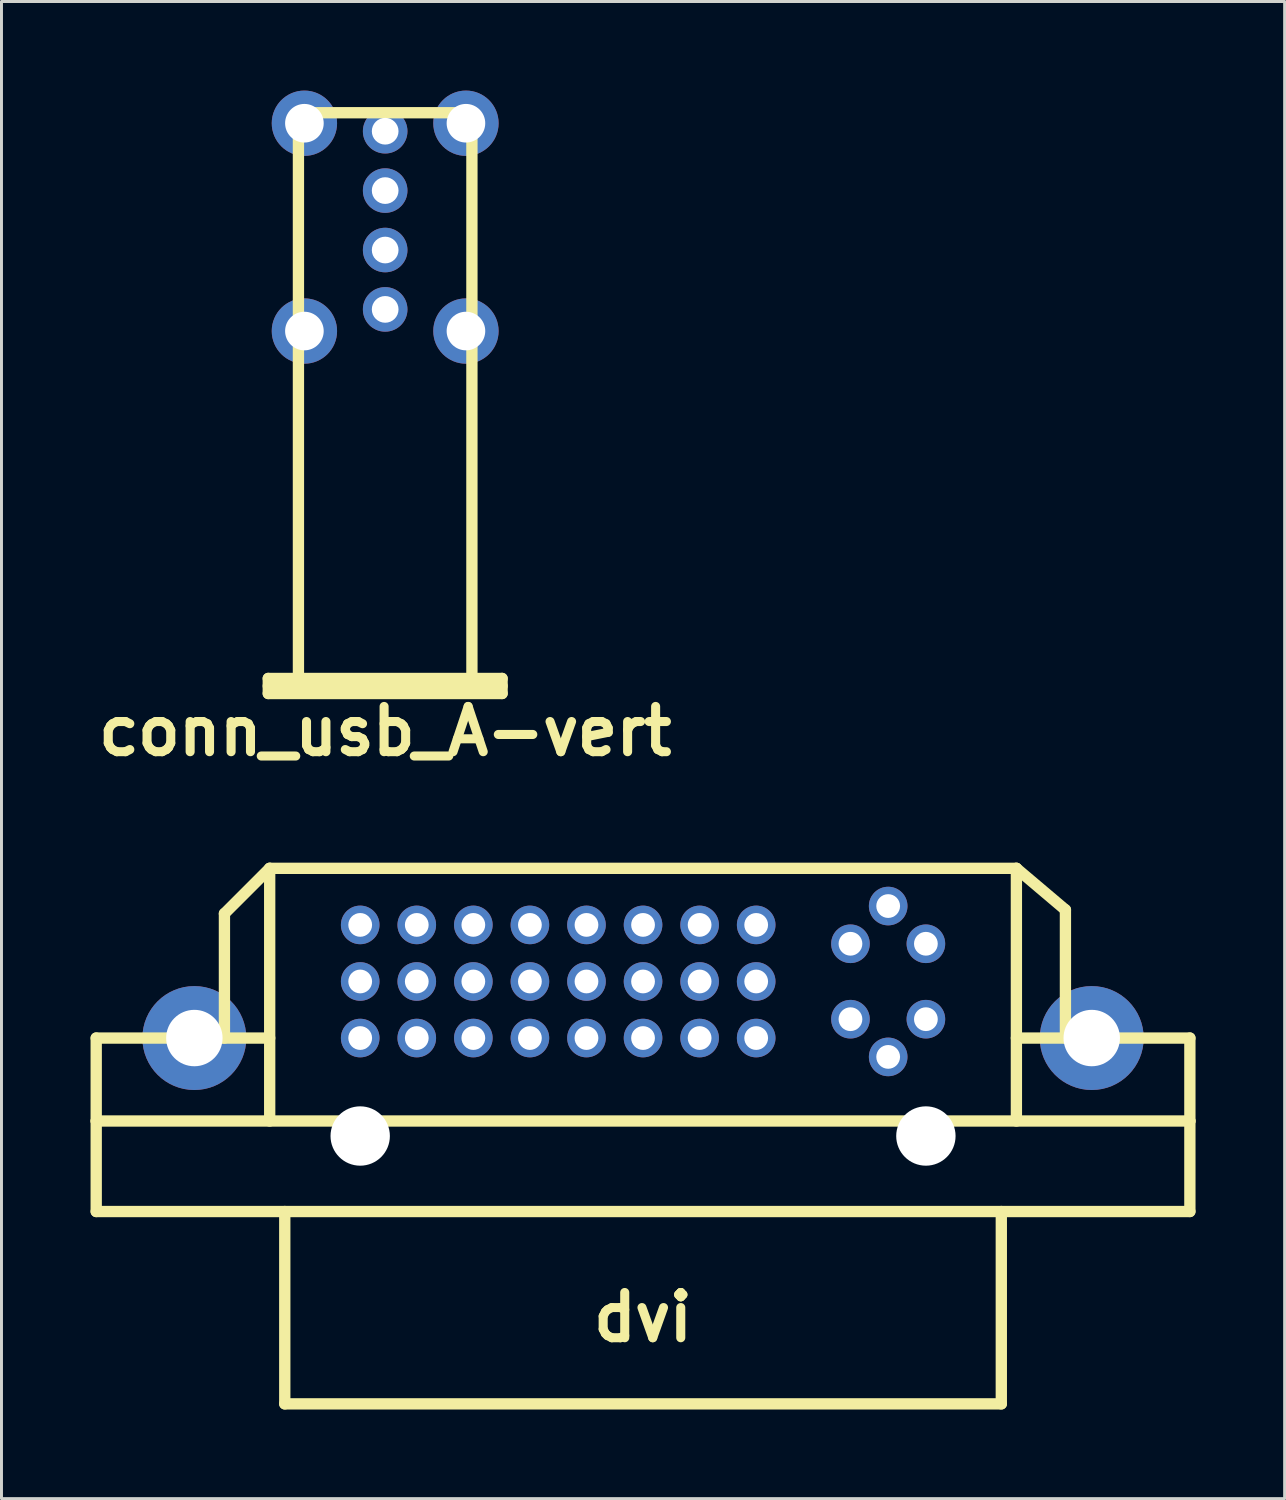
<source format=kicad_pcb>
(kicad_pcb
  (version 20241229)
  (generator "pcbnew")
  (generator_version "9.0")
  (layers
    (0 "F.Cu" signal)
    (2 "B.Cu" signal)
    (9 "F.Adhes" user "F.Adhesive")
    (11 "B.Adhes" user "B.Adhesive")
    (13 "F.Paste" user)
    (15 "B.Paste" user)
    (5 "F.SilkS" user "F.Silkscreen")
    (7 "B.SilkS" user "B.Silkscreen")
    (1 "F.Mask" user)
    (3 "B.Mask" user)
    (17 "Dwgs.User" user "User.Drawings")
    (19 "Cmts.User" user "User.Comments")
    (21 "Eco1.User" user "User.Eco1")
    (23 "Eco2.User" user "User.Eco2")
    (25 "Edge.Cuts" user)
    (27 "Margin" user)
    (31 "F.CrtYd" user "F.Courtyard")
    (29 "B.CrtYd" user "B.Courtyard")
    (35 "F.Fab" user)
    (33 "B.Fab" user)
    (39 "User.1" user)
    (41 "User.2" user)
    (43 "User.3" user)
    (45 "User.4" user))
  (footprint "conn_usb_A-vert"
    (layer "F.Cu")
    (at 9.921 10.399)
    (property "Reference" "conn_usb_A-vert" (at 0 11.176 0) (layer "F.SilkS") (effects (font (size 1.524 1.524) (thickness 0.305))))
    (attr through_hole)
    (fp_line (start -3.937 9.398) (end -3.937 9.906) (stroke (width 0.381) (type solid)) (layer "F.SilkS"))
    (fp_line (start -3.937 9.906) (end 3.937 9.906) (stroke (width 0.381) (type solid)) (layer "F.SilkS"))
    (fp_line (start -2.921 -9.652) (end -2.921 9.652) (stroke (width 0.381) (type solid)) (layer "F.SilkS"))
    (fp_line (start 2.921 -9.652) (end -2.921 -9.652) (stroke (width 0.381) (type solid)) (layer "F.SilkS"))
    (fp_line (start 2.921 9.652) (end 2.921 -9.652) (stroke (width 0.381) (type solid)) (layer "F.SilkS"))
    (fp_line (start 3.937 9.398) (end -3.937 9.398) (stroke (width 0.381) (type solid)) (layer "F.SilkS"))
    (fp_line (start 3.937 9.652) (end -3.937 9.652) (stroke (width 0.381) (type solid)) (layer "F.SilkS"))
    (fp_line (start 3.937 9.906) (end 3.937 9.398) (stroke (width 0.381) (type solid)) (layer "F.SilkS"))
    (pad "" thru_hole circle (at -2.72 -9.299) (size 2.2 2.2) (drill 1.3) (layers "*.Cu" "*.Mask"))
    (pad "" thru_hole circle (at -2.72 -2.301) (size 2.2 2.2) (drill 1.3) (layers "*.Cu" "*.Mask"))
    (pad "" thru_hole circle (at 2.72 -9.299) (size 2.2 2.2) (drill 1.3) (layers "*.Cu" "*.Mask"))
    (pad "" thru_hole circle (at 2.72 -2.301) (size 2.2 2.2) (drill 1.3) (layers "*.Cu" "*.Mask"))
    (pad "1" thru_hole circle (at 0 -3.03) (size 1.501 1.501) (drill 0.899) (layers "*.Cu" "*.Mask"))
    (pad "2" thru_hole circle (at 0 -5.029) (size 1.501 1.501) (drill 0.899) (layers "*.Cu" "*.Mask"))
    (pad "3" thru_hole circle (at 0 -7.031) (size 1.501 1.501) (drill 0.899) (layers "*.Cu" "*.Mask"))
    (pad "4" thru_hole circle (at 0 -9.03) (size 1.501 1.501) (drill 0.899) (layers "*.Cu" "*.Mask")))
  (footprint "dvi"
    (layer "F.Cu")
    (at 18.605 35.209)
    (property "Reference" "dvi" (at 0 6.101 0) (layer "F.SilkS") (effects (font (size 1.524 1.524) (thickness 0.305))))
    (attr through_hole)
    (fp_line (start -18.415 -3.302) (end -12.573 -3.302) (stroke (width 0.381) (type solid)) (layer "F.SilkS"))
    (fp_line (start -18.415 -0.508) (end -18.415 -3.302) (stroke (width 0.381) (type solid)) (layer "F.SilkS"))
    (fp_line (start -18.415 -0.508) (end -18.415 2.54) (stroke (width 0.381) (type solid)) (layer "F.SilkS"))
    (fp_line (start -18.415 -0.508) (end 18.415 -0.508) (stroke (width 0.381) (type solid)) (layer "F.SilkS"))
    (fp_line (start -18.415 2.54) (end 18.415 2.54) (stroke (width 0.381) (type solid)) (layer "F.SilkS"))
    (fp_line (start -14.097 -7.493) (end -14.097 -3.302) (stroke (width 0.381) (type solid)) (layer "F.SilkS"))
    (fp_line (start -12.573 -9.017) (end -14.097 -7.493) (stroke (width 0.381) (type solid)) (layer "F.SilkS"))
    (fp_line (start -12.573 -9.017) (end -12.573 -0.508) (stroke (width 0.381) (type solid)) (layer "F.SilkS"))
    (fp_line (start -12.573 -9.017) (end 12.573 -9.017) (stroke (width 0.381) (type solid)) (layer "F.SilkS"))
    (fp_line (start -12.065 9.017) (end -12.065 2.54) (stroke (width 0.381) (type solid)) (layer "F.SilkS"))
    (fp_line (start -12.065 9.017) (end 12.065 9.017) (stroke (width 0.381) (type solid)) (layer "F.SilkS"))
    (fp_line (start 12.065 9.017) (end 12.065 2.54) (stroke (width 0.381) (type solid)) (layer "F.SilkS"))
    (fp_line (start 12.573 -9.017) (end 12.573 -0.508) (stroke (width 0.381) (type solid)) (layer "F.SilkS"))
    (fp_line (start 12.573 -9.017) (end 14.224 -7.62) (stroke (width 0.381) (type solid)) (layer "F.SilkS"))
    (fp_line (start 14.224 -7.62) (end 14.224 -3.302) (stroke (width 0.381) (type solid)) (layer "F.SilkS"))
    (fp_line (start 18.415 -3.302) (end 12.573 -3.302) (stroke (width 0.381) (type solid)) (layer "F.SilkS"))
    (fp_line (start 18.415 -0.508) (end 18.415 -3.302) (stroke (width 0.381) (type solid)) (layer "F.SilkS"))
    (fp_line (start 18.415 -0.508) (end 18.415 2.54) (stroke (width 0.381) (type solid)) (layer "F.SilkS"))
    (pad "" thru_hole circle (at -15.11 -3.302) (size 3.5 3.5) (drill 1.9) (layers "*.Cu" "*.Mask"))
    (pad "" np_thru_hole circle (at -9.525 -0.003) (size 1.999 1.999) (drill 1.999) (layers "*.Cu"))
    (pad "" np_thru_hole circle (at 9.525 -0.003) (size 1.999 1.999) (drill 1.999) (layers "*.Cu"))
    (pad "" thru_hole circle (at 15.11 -3.302) (size 3.5 3.5) (drill 1.9) (layers "*.Cu" "*.Mask"))
    (pad "1" thru_hole circle (at -9.525 -7.112) (size 1.3 1.3) (drill 0.8) (layers "*.Cu" "*.Mask"))
    (pad "2" thru_hole circle (at -7.62 -7.112) (size 1.3 1.3) (drill 0.8) (layers "*.Cu" "*.Mask"))
    (pad "3" thru_hole circle (at -5.715 -7.112) (size 1.3 1.3) (drill 0.8) (layers "*.Cu" "*.Mask"))
    (pad "4" thru_hole circle (at -3.81 -7.112) (size 1.3 1.3) (drill 0.8) (layers "*.Cu" "*.Mask"))
    (pad "5" thru_hole circle (at -1.905 -7.112) (size 1.3 1.3) (drill 0.8) (layers "*.Cu" "*.Mask"))
    (pad "6" thru_hole circle (at 0 -7.112) (size 1.3 1.3) (drill 0.8) (layers "*.Cu" "*.Mask"))
    (pad "7" thru_hole circle (at 1.905 -7.112) (size 1.3 1.3) (drill 0.8) (layers "*.Cu" "*.Mask"))
    (pad "8" thru_hole circle (at 3.81 -7.112) (size 1.3 1.3) (drill 0.8) (layers "*.Cu" "*.Mask"))
    (pad "9" thru_hole circle (at -9.525 -5.207) (size 1.3 1.3) (drill 0.8) (layers "*.Cu" "*.Mask"))
    (pad "10" thru_hole circle (at -7.62 -5.207) (size 1.3 1.3) (drill 0.8) (layers "*.Cu" "*.Mask"))
    (pad "11" thru_hole circle (at -5.715 -5.207) (size 1.3 1.3) (drill 0.8) (layers "*.Cu" "*.Mask"))
    (pad "12" thru_hole circle (at -3.81 -5.207) (size 1.3 1.3) (drill 0.8) (layers "*.Cu" "*.Mask"))
    (pad "13" thru_hole circle (at -1.905 -5.207) (size 1.3 1.3) (drill 0.8) (layers "*.Cu" "*.Mask"))
    (pad "14" thru_hole circle (at 0 -5.207) (size 1.3 1.3) (drill 0.8) (layers "*.Cu" "*.Mask"))
    (pad "15" thru_hole circle (at 1.905 -5.207) (size 1.3 1.3) (drill 0.8) (layers "*.Cu" "*.Mask"))
    (pad "16" thru_hole circle (at 3.81 -5.207) (size 1.3 1.3) (drill 0.8) (layers "*.Cu" "*.Mask"))
    (pad "17" thru_hole circle (at -9.525 -3.302) (size 1.3 1.3) (drill 0.8) (layers "*.Cu" "*.Mask"))
    (pad "18" thru_hole circle (at -7.62 -3.302) (size 1.3 1.3) (drill 0.8) (layers "*.Cu" "*.Mask"))
    (pad "19" thru_hole circle (at -5.715 -3.302) (size 1.3 1.3) (drill 0.8) (layers "*.Cu" "*.Mask"))
    (pad "20" thru_hole circle (at -3.81 -3.302) (size 1.3 1.3) (drill 0.8) (layers "*.Cu" "*.Mask"))
    (pad "21" thru_hole circle (at -1.905 -3.302) (size 1.3 1.3) (drill 0.8) (layers "*.Cu" "*.Mask"))
    (pad "22" thru_hole circle (at 0 -3.302) (size 1.3 1.3) (drill 0.8) (layers "*.Cu" "*.Mask"))
    (pad "23" thru_hole circle (at 1.905 -3.302) (size 1.3 1.3) (drill 0.8) (layers "*.Cu" "*.Mask"))
    (pad "24" thru_hole circle (at 3.81 -3.302) (size 1.3 1.3) (drill 0.8) (layers "*.Cu" "*.Mask"))
    (pad "C1" thru_hole circle (at 6.985 -6.477) (size 1.3 1.3) (drill 0.8) (layers "*.Cu" "*.Mask"))
    (pad "C2" thru_hole circle (at 9.525 -6.477) (size 1.3 1.3) (drill 0.8) (layers "*.Cu" "*.Mask"))
    (pad "C3" thru_hole circle (at 6.985 -3.937) (size 1.3 1.3) (drill 0.8) (layers "*.Cu" "*.Mask"))
    (pad "C4" thru_hole circle (at 9.525 -3.937) (size 1.3 1.3) (drill 0.8) (layers "*.Cu" "*.Mask"))
    (pad "C5" thru_hole circle (at 8.255 -7.747) (size 1.3 1.3) (drill 0.8) (layers "*.Cu" "*.Mask"))
    (pad "C5" thru_hole circle (at 8.255 -2.667) (size 1.3 1.3) (drill 0.8) (layers "*.Cu" "*.Mask")))
  (gr_rect
    (start -3 -3)
    (end 40.211 47.416)
    (stroke (width 0.1) (type default))
    (fill no)
    (layer "Edge.Cuts")))
</source>
